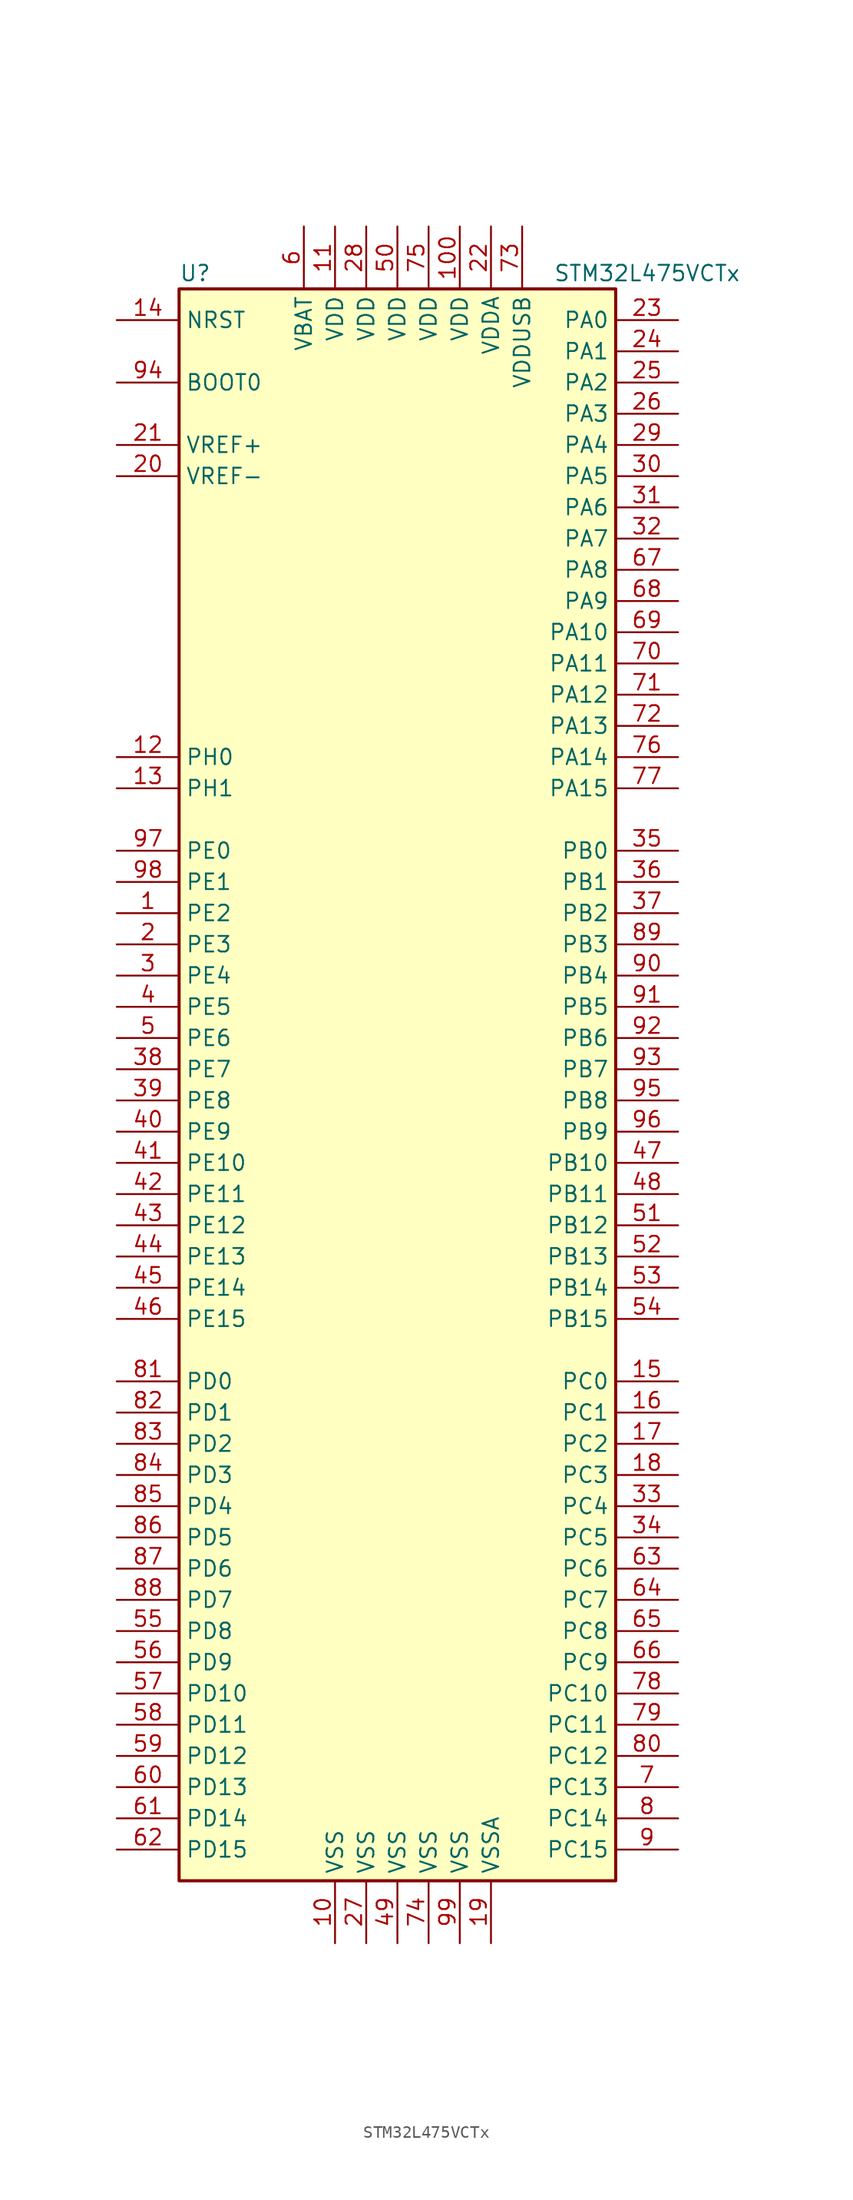
<source format=kicad_sym>
(kicad_symbol_lib
  (version 20201005)
  (generator kicad_symbol_editor)
  (symbol "STM32L475VCTx"
    (property "Reference" "U"
      (at -17.78 64.77 0)
      (effects (font (size 1.27 1.27)) (justify left)))
    (property "Value" "STM32L475VCTx"
      (at 12.7 64.77 0)
      (effects (font (size 1.27 1.27)) (justify left)))
    (symbol "STM32L475VCTx_0_1"
      (rectangle (start -17.78 -66.04) (end 17.78 63.5) (stroke (width 0.254)) (fill (type background))))
    (symbol "STM32L475VCTx_1_1"
      (pin input line (at -22.86 55.88 0) (length 5.08) (name "BOOT0" (effects (font (size 1.27 1.27)))) (number "94" (effects (font (size 1.27 1.27)))))
      (pin input line (at -22.86 60.96 0) (length 5.08) (name "NRST" (effects (font (size 1.27 1.27)))) (number "14" (effects (font (size 1.27 1.27)))))
      (pin bidirectional line (at 22.86 60.96 180) (length 5.08) (name "PA0" (effects (font (size 1.27 1.27)))) (number "23" (effects (font (size 1.27 1.27)))))
      (pin bidirectional line (at 22.86 58.42 180) (length 5.08) (name "PA1" (effects (font (size 1.27 1.27)))) (number "24" (effects (font (size 1.27 1.27)))))
      (pin bidirectional line (at 22.86 35.56 180) (length 5.08) (name "PA10" (effects (font (size 1.27 1.27)))) (number "69" (effects (font (size 1.27 1.27)))))
      (pin bidirectional line (at 22.86 33.02 180) (length 5.08) (name "PA11" (effects (font (size 1.27 1.27)))) (number "70" (effects (font (size 1.27 1.27)))))
      (pin bidirectional line (at 22.86 30.48 180) (length 5.08) (name "PA12" (effects (font (size 1.27 1.27)))) (number "71" (effects (font (size 1.27 1.27)))))
      (pin bidirectional line (at 22.86 27.94 180) (length 5.08) (name "PA13" (effects (font (size 1.27 1.27)))) (number "72" (effects (font (size 1.27 1.27)))))
      (pin bidirectional line (at 22.86 25.4 180) (length 5.08) (name "PA14" (effects (font (size 1.27 1.27)))) (number "76" (effects (font (size 1.27 1.27)))))
      (pin bidirectional line (at 22.86 22.86 180) (length 5.08) (name "PA15" (effects (font (size 1.27 1.27)))) (number "77" (effects (font (size 1.27 1.27)))))
      (pin bidirectional line (at 22.86 55.88 180) (length 5.08) (name "PA2" (effects (font (size 1.27 1.27)))) (number "25" (effects (font (size 1.27 1.27)))))
      (pin bidirectional line (at 22.86 53.34 180) (length 5.08) (name "PA3" (effects (font (size 1.27 1.27)))) (number "26" (effects (font (size 1.27 1.27)))))
      (pin bidirectional line (at 22.86 50.8 180) (length 5.08) (name "PA4" (effects (font (size 1.27 1.27)))) (number "29" (effects (font (size 1.27 1.27)))))
      (pin bidirectional line (at 22.86 48.26 180) (length 5.08) (name "PA5" (effects (font (size 1.27 1.27)))) (number "30" (effects (font (size 1.27 1.27)))))
      (pin bidirectional line (at 22.86 45.72 180) (length 5.08) (name "PA6" (effects (font (size 1.27 1.27)))) (number "31" (effects (font (size 1.27 1.27)))))
      (pin bidirectional line (at 22.86 43.18 180) (length 5.08) (name "PA7" (effects (font (size 1.27 1.27)))) (number "32" (effects (font (size 1.27 1.27)))))
      (pin bidirectional line (at 22.86 40.64 180) (length 5.08) (name "PA8" (effects (font (size 1.27 1.27)))) (number "67" (effects (font (size 1.27 1.27)))))
      (pin bidirectional line (at 22.86 38.1 180) (length 5.08) (name "PA9" (effects (font (size 1.27 1.27)))) (number "68" (effects (font (size 1.27 1.27)))))
      (pin bidirectional line (at 22.86 17.78 180) (length 5.08) (name "PB0" (effects (font (size 1.27 1.27)))) (number "35" (effects (font (size 1.27 1.27)))))
      (pin bidirectional line (at 22.86 15.24 180) (length 5.08) (name "PB1" (effects (font (size 1.27 1.27)))) (number "36" (effects (font (size 1.27 1.27)))))
      (pin bidirectional line (at 22.86 -7.62 180) (length 5.08) (name "PB10" (effects (font (size 1.27 1.27)))) (number "47" (effects (font (size 1.27 1.27)))))
      (pin bidirectional line (at 22.86 -10.16 180) (length 5.08) (name "PB11" (effects (font (size 1.27 1.27)))) (number "48" (effects (font (size 1.27 1.27)))))
      (pin bidirectional line (at 22.86 -12.7 180) (length 5.08) (name "PB12" (effects (font (size 1.27 1.27)))) (number "51" (effects (font (size 1.27 1.27)))))
      (pin bidirectional line (at 22.86 -15.24 180) (length 5.08) (name "PB13" (effects (font (size 1.27 1.27)))) (number "52" (effects (font (size 1.27 1.27)))))
      (pin bidirectional line (at 22.86 -17.78 180) (length 5.08) (name "PB14" (effects (font (size 1.27 1.27)))) (number "53" (effects (font (size 1.27 1.27)))))
      (pin bidirectional line (at 22.86 -20.32 180) (length 5.08) (name "PB15" (effects (font (size 1.27 1.27)))) (number "54" (effects (font (size 1.27 1.27)))))
      (pin bidirectional line (at 22.86 12.7 180) (length 5.08) (name "PB2" (effects (font (size 1.27 1.27)))) (number "37" (effects (font (size 1.27 1.27)))))
      (pin bidirectional line (at 22.86 10.16 180) (length 5.08) (name "PB3" (effects (font (size 1.27 1.27)))) (number "89" (effects (font (size 1.27 1.27)))))
      (pin bidirectional line (at 22.86 7.62 180) (length 5.08) (name "PB4" (effects (font (size 1.27 1.27)))) (number "90" (effects (font (size 1.27 1.27)))))
      (pin bidirectional line (at 22.86 5.08 180) (length 5.08) (name "PB5" (effects (font (size 1.27 1.27)))) (number "91" (effects (font (size 1.27 1.27)))))
      (pin bidirectional line (at 22.86 2.54 180) (length 5.08) (name "PB6" (effects (font (size 1.27 1.27)))) (number "92" (effects (font (size 1.27 1.27)))))
      (pin bidirectional line (at 22.86 0 180) (length 5.08) (name "PB7" (effects (font (size 1.27 1.27)))) (number "93" (effects (font (size 1.27 1.27)))))
      (pin bidirectional line (at 22.86 -2.54 180) (length 5.08) (name "PB8" (effects (font (size 1.27 1.27)))) (number "95" (effects (font (size 1.27 1.27)))))
      (pin bidirectional line (at 22.86 -5.08 180) (length 5.08) (name "PB9" (effects (font (size 1.27 1.27)))) (number "96" (effects (font (size 1.27 1.27)))))
      (pin bidirectional line (at 22.86 -25.4 180) (length 5.08) (name "PC0" (effects (font (size 1.27 1.27)))) (number "15" (effects (font (size 1.27 1.27)))))
      (pin bidirectional line (at 22.86 -27.94 180) (length 5.08) (name "PC1" (effects (font (size 1.27 1.27)))) (number "16" (effects (font (size 1.27 1.27)))))
      (pin bidirectional line (at 22.86 -50.8 180) (length 5.08) (name "PC10" (effects (font (size 1.27 1.27)))) (number "78" (effects (font (size 1.27 1.27)))))
      (pin bidirectional line (at 22.86 -53.34 180) (length 5.08) (name "PC11" (effects (font (size 1.27 1.27)))) (number "79" (effects (font (size 1.27 1.27)))))
      (pin bidirectional line (at 22.86 -55.88 180) (length 5.08) (name "PC12" (effects (font (size 1.27 1.27)))) (number "80" (effects (font (size 1.27 1.27)))))
      (pin bidirectional line (at 22.86 -58.42 180) (length 5.08) (name "PC13" (effects (font (size 1.27 1.27)))) (number "7" (effects (font (size 1.27 1.27)))))
      (pin bidirectional line (at 22.86 -60.96 180) (length 5.08) (name "PC14" (effects (font (size 1.27 1.27)))) (number "8" (effects (font (size 1.27 1.27)))))
      (pin bidirectional line (at 22.86 -63.5 180) (length 5.08) (name "PC15" (effects (font (size 1.27 1.27)))) (number "9" (effects (font (size 1.27 1.27)))))
      (pin bidirectional line (at 22.86 -30.48 180) (length 5.08) (name "PC2" (effects (font (size 1.27 1.27)))) (number "17" (effects (font (size 1.27 1.27)))))
      (pin bidirectional line (at 22.86 -33.02 180) (length 5.08) (name "PC3" (effects (font (size 1.27 1.27)))) (number "18" (effects (font (size 1.27 1.27)))))
      (pin bidirectional line (at 22.86 -35.56 180) (length 5.08) (name "PC4" (effects (font (size 1.27 1.27)))) (number "33" (effects (font (size 1.27 1.27)))))
      (pin bidirectional line (at 22.86 -38.1 180) (length 5.08) (name "PC5" (effects (font (size 1.27 1.27)))) (number "34" (effects (font (size 1.27 1.27)))))
      (pin bidirectional line (at 22.86 -40.64 180) (length 5.08) (name "PC6" (effects (font (size 1.27 1.27)))) (number "63" (effects (font (size 1.27 1.27)))))
      (pin bidirectional line (at 22.86 -43.18 180) (length 5.08) (name "PC7" (effects (font (size 1.27 1.27)))) (number "64" (effects (font (size 1.27 1.27)))))
      (pin bidirectional line (at 22.86 -45.72 180) (length 5.08) (name "PC8" (effects (font (size 1.27 1.27)))) (number "65" (effects (font (size 1.27 1.27)))))
      (pin bidirectional line (at 22.86 -48.26 180) (length 5.08) (name "PC9" (effects (font (size 1.27 1.27)))) (number "66" (effects (font (size 1.27 1.27)))))
      (pin bidirectional line (at -22.86 -25.4 0) (length 5.08) (name "PD0" (effects (font (size 1.27 1.27)))) (number "81" (effects (font (size 1.27 1.27)))))
      (pin bidirectional line (at -22.86 -27.94 0) (length 5.08) (name "PD1" (effects (font (size 1.27 1.27)))) (number "82" (effects (font (size 1.27 1.27)))))
      (pin bidirectional line (at -22.86 -50.8 0) (length 5.08) (name "PD10" (effects (font (size 1.27 1.27)))) (number "57" (effects (font (size 1.27 1.27)))))
      (pin bidirectional line (at -22.86 -53.34 0) (length 5.08) (name "PD11" (effects (font (size 1.27 1.27)))) (number "58" (effects (font (size 1.27 1.27)))))
      (pin bidirectional line (at -22.86 -55.88 0) (length 5.08) (name "PD12" (effects (font (size 1.27 1.27)))) (number "59" (effects (font (size 1.27 1.27)))))
      (pin bidirectional line (at -22.86 -58.42 0) (length 5.08) (name "PD13" (effects (font (size 1.27 1.27)))) (number "60" (effects (font (size 1.27 1.27)))))
      (pin bidirectional line (at -22.86 -60.96 0) (length 5.08) (name "PD14" (effects (font (size 1.27 1.27)))) (number "61" (effects (font (size 1.27 1.27)))))
      (pin bidirectional line (at -22.86 -63.5 0) (length 5.08) (name "PD15" (effects (font (size 1.27 1.27)))) (number "62" (effects (font (size 1.27 1.27)))))
      (pin bidirectional line (at -22.86 -30.48 0) (length 5.08) (name "PD2" (effects (font (size 1.27 1.27)))) (number "83" (effects (font (size 1.27 1.27)))))
      (pin bidirectional line (at -22.86 -33.02 0) (length 5.08) (name "PD3" (effects (font (size 1.27 1.27)))) (number "84" (effects (font (size 1.27 1.27)))))
      (pin bidirectional line (at -22.86 -35.56 0) (length 5.08) (name "PD4" (effects (font (size 1.27 1.27)))) (number "85" (effects (font (size 1.27 1.27)))))
      (pin bidirectional line (at -22.86 -38.1 0) (length 5.08) (name "PD5" (effects (font (size 1.27 1.27)))) (number "86" (effects (font (size 1.27 1.27)))))
      (pin bidirectional line (at -22.86 -40.64 0) (length 5.08) (name "PD6" (effects (font (size 1.27 1.27)))) (number "87" (effects (font (size 1.27 1.27)))))
      (pin bidirectional line (at -22.86 -43.18 0) (length 5.08) (name "PD7" (effects (font (size 1.27 1.27)))) (number "88" (effects (font (size 1.27 1.27)))))
      (pin bidirectional line (at -22.86 -45.72 0) (length 5.08) (name "PD8" (effects (font (size 1.27 1.27)))) (number "55" (effects (font (size 1.27 1.27)))))
      (pin bidirectional line (at -22.86 -48.26 0) (length 5.08) (name "PD9" (effects (font (size 1.27 1.27)))) (number "56" (effects (font (size 1.27 1.27)))))
      (pin bidirectional line (at -22.86 17.78 0) (length 5.08) (name "PE0" (effects (font (size 1.27 1.27)))) (number "97" (effects (font (size 1.27 1.27)))))
      (pin bidirectional line (at -22.86 15.24 0) (length 5.08) (name "PE1" (effects (font (size 1.27 1.27)))) (number "98" (effects (font (size 1.27 1.27)))))
      (pin bidirectional line (at -22.86 -7.62 0) (length 5.08) (name "PE10" (effects (font (size 1.27 1.27)))) (number "41" (effects (font (size 1.27 1.27)))))
      (pin bidirectional line (at -22.86 -10.16 0) (length 5.08) (name "PE11" (effects (font (size 1.27 1.27)))) (number "42" (effects (font (size 1.27 1.27)))))
      (pin bidirectional line (at -22.86 -12.7 0) (length 5.08) (name "PE12" (effects (font (size 1.27 1.27)))) (number "43" (effects (font (size 1.27 1.27)))))
      (pin bidirectional line (at -22.86 -15.24 0) (length 5.08) (name "PE13" (effects (font (size 1.27 1.27)))) (number "44" (effects (font (size 1.27 1.27)))))
      (pin bidirectional line (at -22.86 -17.78 0) (length 5.08) (name "PE14" (effects (font (size 1.27 1.27)))) (number "45" (effects (font (size 1.27 1.27)))))
      (pin bidirectional line (at -22.86 -20.32 0) (length 5.08) (name "PE15" (effects (font (size 1.27 1.27)))) (number "46" (effects (font (size 1.27 1.27)))))
      (pin bidirectional line (at -22.86 12.7 0) (length 5.08) (name "PE2" (effects (font (size 1.27 1.27)))) (number "1" (effects (font (size 1.27 1.27)))))
      (pin bidirectional line (at -22.86 10.16 0) (length 5.08) (name "PE3" (effects (font (size 1.27 1.27)))) (number "2" (effects (font (size 1.27 1.27)))))
      (pin bidirectional line (at -22.86 7.62 0) (length 5.08) (name "PE4" (effects (font (size 1.27 1.27)))) (number "3" (effects (font (size 1.27 1.27)))))
      (pin bidirectional line (at -22.86 5.08 0) (length 5.08) (name "PE5" (effects (font (size 1.27 1.27)))) (number "4" (effects (font (size 1.27 1.27)))))
      (pin bidirectional line (at -22.86 2.54 0) (length 5.08) (name "PE6" (effects (font (size 1.27 1.27)))) (number "5" (effects (font (size 1.27 1.27)))))
      (pin bidirectional line (at -22.86 0 0) (length 5.08) (name "PE7" (effects (font (size 1.27 1.27)))) (number "38" (effects (font (size 1.27 1.27)))))
      (pin bidirectional line (at -22.86 -2.54 0) (length 5.08) (name "PE8" (effects (font (size 1.27 1.27)))) (number "39" (effects (font (size 1.27 1.27)))))
      (pin bidirectional line (at -22.86 -5.08 0) (length 5.08) (name "PE9" (effects (font (size 1.27 1.27)))) (number "40" (effects (font (size 1.27 1.27)))))
      (pin input line (at -22.86 25.4 0) (length 5.08) (name "PH0" (effects (font (size 1.27 1.27)))) (number "12" (effects (font (size 1.27 1.27)))))
      (pin input line (at -22.86 22.86 0) (length 5.08) (name "PH1" (effects (font (size 1.27 1.27)))) (number "13" (effects (font (size 1.27 1.27)))))
      (pin power_in line (at -7.62 68.58 270) (length 5.08) (name "VBAT" (effects (font (size 1.27 1.27)))) (number "6" (effects (font (size 1.27 1.27)))))
      (pin power_in line (at 5.08 68.58 270) (length 5.08) (name "VDD" (effects (font (size 1.27 1.27)))) (number "100" (effects (font (size 1.27 1.27)))))
      (pin power_in line (at -5.08 68.58 270) (length 5.08) (name "VDD" (effects (font (size 1.27 1.27)))) (number "11" (effects (font (size 1.27 1.27)))))
      (pin power_in line (at -2.54 68.58 270) (length 5.08) (name "VDD" (effects (font (size 1.27 1.27)))) (number "28" (effects (font (size 1.27 1.27)))))
      (pin power_in line (at 0 68.58 270) (length 5.08) (name "VDD" (effects (font (size 1.27 1.27)))) (number "50" (effects (font (size 1.27 1.27)))))
      (pin power_in line (at 2.54 68.58 270) (length 5.08) (name "VDD" (effects (font (size 1.27 1.27)))) (number "75" (effects (font (size 1.27 1.27)))))
      (pin power_in line (at 7.62 68.58 270) (length 5.08) (name "VDDA" (effects (font (size 1.27 1.27)))) (number "22" (effects (font (size 1.27 1.27)))))
      (pin power_in line (at 10.16 68.58 270) (length 5.08) (name "VDDUSB" (effects (font (size 1.27 1.27)))) (number "73" (effects (font (size 1.27 1.27)))))
      (pin bidirectional line (at -22.86 50.8 0) (length 5.08) (name "VREF+" (effects (font (size 1.27 1.27)))) (number "21" (effects (font (size 1.27 1.27)))))
      (pin power_in line (at -22.86 48.26 0) (length 5.08) (name "VREF-" (effects (font (size 1.27 1.27)))) (number "20" (effects (font (size 1.27 1.27)))))
      (pin power_in line (at -5.08 -71.12 90) (length 5.08) (name "VSS" (effects (font (size 1.27 1.27)))) (number "10" (effects (font (size 1.27 1.27)))))
      (pin power_in line (at -2.54 -71.12 90) (length 5.08) (name "VSS" (effects (font (size 1.27 1.27)))) (number "27" (effects (font (size 1.27 1.27)))))
      (pin power_in line (at 0 -71.12 90) (length 5.08) (name "VSS" (effects (font (size 1.27 1.27)))) (number "49" (effects (font (size 1.27 1.27)))))
      (pin power_in line (at 2.54 -71.12 90) (length 5.08) (name "VSS" (effects (font (size 1.27 1.27)))) (number "74" (effects (font (size 1.27 1.27)))))
      (pin power_in line (at 5.08 -71.12 90) (length 5.08) (name "VSS" (effects (font (size 1.27 1.27)))) (number "99" (effects (font (size 1.27 1.27)))))
      (pin power_in line (at 7.62 -71.12 90) (length 5.08) (name "VSSA" (effects (font (size 1.27 1.27)))) (number "19" (effects (font (size 1.27 1.27))))))))
</source>
